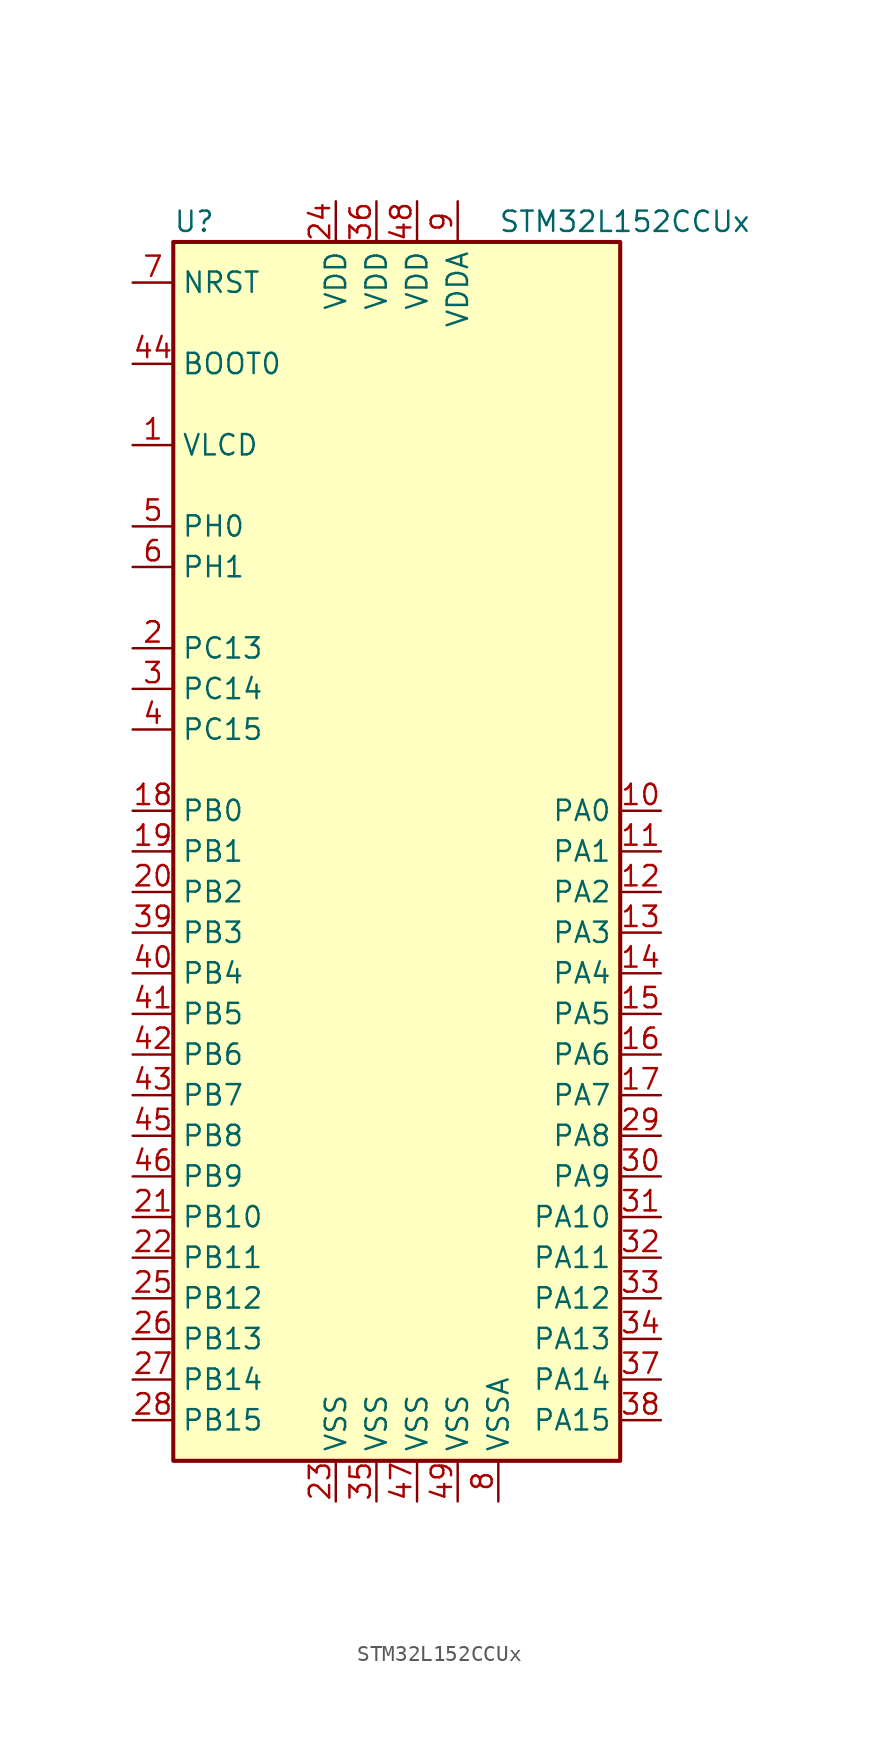
<source format=kicad_sym>
(kicad_symbol_lib
  (version 20201005)
  (generator kicad_symbol_editor)
  (symbol "MCU_ST_STM32L1:STM32L152CCUx"
    (property "Reference" "U"
      (at -15.24 39.37 0)
      (effects (font (size 1.27 1.27)) (justify left)))
    (property "Value" "STM32L152CCUx"
      (at 5.08 39.37 0)
      (effects (font (size 1.27 1.27)) (justify left)))
    (symbol "STM32L152CCUx_0_1"
      (rectangle (start -15.24 -38.1) (end 12.7 38.1) (stroke (width 0.254)) (fill (type background))))
    (symbol "STM32L152CCUx_1_1"
      (pin input line (at -17.78 30.48 0) (length 2.54) (name "BOOT0" (effects (font (size 1.27 1.27)))) (number "44" (effects (font (size 1.27 1.27)))))
      (pin input line (at -17.78 35.56 0) (length 2.54) (name "NRST" (effects (font (size 1.27 1.27)))) (number "7" (effects (font (size 1.27 1.27)))))
      (pin bidirectional line (at 15.24 2.54 180) (length 2.54) (name "PA0" (effects (font (size 1.27 1.27)))) (number "10" (effects (font (size 1.27 1.27)))))
      (pin bidirectional line (at 15.24 0 180) (length 2.54) (name "PA1" (effects (font (size 1.27 1.27)))) (number "11" (effects (font (size 1.27 1.27)))))
      (pin bidirectional line (at 15.24 -22.86 180) (length 2.54) (name "PA10" (effects (font (size 1.27 1.27)))) (number "31" (effects (font (size 1.27 1.27)))))
      (pin bidirectional line (at 15.24 -25.4 180) (length 2.54) (name "PA11" (effects (font (size 1.27 1.27)))) (number "32" (effects (font (size 1.27 1.27)))))
      (pin bidirectional line (at 15.24 -27.94 180) (length 2.54) (name "PA12" (effects (font (size 1.27 1.27)))) (number "33" (effects (font (size 1.27 1.27)))))
      (pin bidirectional line (at 15.24 -30.48 180) (length 2.54) (name "PA13" (effects (font (size 1.27 1.27)))) (number "34" (effects (font (size 1.27 1.27)))))
      (pin bidirectional line (at 15.24 -33.02 180) (length 2.54) (name "PA14" (effects (font (size 1.27 1.27)))) (number "37" (effects (font (size 1.27 1.27)))))
      (pin bidirectional line (at 15.24 -35.56 180) (length 2.54) (name "PA15" (effects (font (size 1.27 1.27)))) (number "38" (effects (font (size 1.27 1.27)))))
      (pin bidirectional line (at 15.24 -2.54 180) (length 2.54) (name "PA2" (effects (font (size 1.27 1.27)))) (number "12" (effects (font (size 1.27 1.27)))))
      (pin bidirectional line (at 15.24 -5.08 180) (length 2.54) (name "PA3" (effects (font (size 1.27 1.27)))) (number "13" (effects (font (size 1.27 1.27)))))
      (pin bidirectional line (at 15.24 -7.62 180) (length 2.54) (name "PA4" (effects (font (size 1.27 1.27)))) (number "14" (effects (font (size 1.27 1.27)))))
      (pin bidirectional line (at 15.24 -10.16 180) (length 2.54) (name "PA5" (effects (font (size 1.27 1.27)))) (number "15" (effects (font (size 1.27 1.27)))))
      (pin bidirectional line (at 15.24 -12.7 180) (length 2.54) (name "PA6" (effects (font (size 1.27 1.27)))) (number "16" (effects (font (size 1.27 1.27)))))
      (pin bidirectional line (at 15.24 -15.24 180) (length 2.54) (name "PA7" (effects (font (size 1.27 1.27)))) (number "17" (effects (font (size 1.27 1.27)))))
      (pin bidirectional line (at 15.24 -17.78 180) (length 2.54) (name "PA8" (effects (font (size 1.27 1.27)))) (number "29" (effects (font (size 1.27 1.27)))))
      (pin bidirectional line (at 15.24 -20.32 180) (length 2.54) (name "PA9" (effects (font (size 1.27 1.27)))) (number "30" (effects (font (size 1.27 1.27)))))
      (pin bidirectional line (at -17.78 2.54 0) (length 2.54) (name "PB0" (effects (font (size 1.27 1.27)))) (number "18" (effects (font (size 1.27 1.27)))))
      (pin bidirectional line (at -17.78 0 0) (length 2.54) (name "PB1" (effects (font (size 1.27 1.27)))) (number "19" (effects (font (size 1.27 1.27)))))
      (pin bidirectional line (at -17.78 -22.86 0) (length 2.54) (name "PB10" (effects (font (size 1.27 1.27)))) (number "21" (effects (font (size 1.27 1.27)))))
      (pin bidirectional line (at -17.78 -25.4 0) (length 2.54) (name "PB11" (effects (font (size 1.27 1.27)))) (number "22" (effects (font (size 1.27 1.27)))))
      (pin bidirectional line (at -17.78 -27.94 0) (length 2.54) (name "PB12" (effects (font (size 1.27 1.27)))) (number "25" (effects (font (size 1.27 1.27)))))
      (pin bidirectional line (at -17.78 -30.48 0) (length 2.54) (name "PB13" (effects (font (size 1.27 1.27)))) (number "26" (effects (font (size 1.27 1.27)))))
      (pin bidirectional line (at -17.78 -33.02 0) (length 2.54) (name "PB14" (effects (font (size 1.27 1.27)))) (number "27" (effects (font (size 1.27 1.27)))))
      (pin bidirectional line (at -17.78 -35.56 0) (length 2.54) (name "PB15" (effects (font (size 1.27 1.27)))) (number "28" (effects (font (size 1.27 1.27)))))
      (pin bidirectional line (at -17.78 -2.54 0) (length 2.54) (name "PB2" (effects (font (size 1.27 1.27)))) (number "20" (effects (font (size 1.27 1.27)))))
      (pin bidirectional line (at -17.78 -5.08 0) (length 2.54) (name "PB3" (effects (font (size 1.27 1.27)))) (number "39" (effects (font (size 1.27 1.27)))))
      (pin bidirectional line (at -17.78 -7.62 0) (length 2.54) (name "PB4" (effects (font (size 1.27 1.27)))) (number "40" (effects (font (size 1.27 1.27)))))
      (pin bidirectional line (at -17.78 -10.16 0) (length 2.54) (name "PB5" (effects (font (size 1.27 1.27)))) (number "41" (effects (font (size 1.27 1.27)))))
      (pin bidirectional line (at -17.78 -12.7 0) (length 2.54) (name "PB6" (effects (font (size 1.27 1.27)))) (number "42" (effects (font (size 1.27 1.27)))))
      (pin bidirectional line (at -17.78 -15.24 0) (length 2.54) (name "PB7" (effects (font (size 1.27 1.27)))) (number "43" (effects (font (size 1.27 1.27)))))
      (pin bidirectional line (at -17.78 -17.78 0) (length 2.54) (name "PB8" (effects (font (size 1.27 1.27)))) (number "45" (effects (font (size 1.27 1.27)))))
      (pin bidirectional line (at -17.78 -20.32 0) (length 2.54) (name "PB9" (effects (font (size 1.27 1.27)))) (number "46" (effects (font (size 1.27 1.27)))))
      (pin bidirectional line (at -17.78 12.7 0) (length 2.54) (name "PC13" (effects (font (size 1.27 1.27)))) (number "2" (effects (font (size 1.27 1.27)))))
      (pin bidirectional line (at -17.78 10.16 0) (length 2.54) (name "PC14" (effects (font (size 1.27 1.27)))) (number "3" (effects (font (size 1.27 1.27)))))
      (pin bidirectional line (at -17.78 7.62 0) (length 2.54) (name "PC15" (effects (font (size 1.27 1.27)))) (number "4" (effects (font (size 1.27 1.27)))))
      (pin input line (at -17.78 20.32 0) (length 2.54) (name "PH0" (effects (font (size 1.27 1.27)))) (number "5" (effects (font (size 1.27 1.27)))))
      (pin input line (at -17.78 17.78 0) (length 2.54) (name "PH1" (effects (font (size 1.27 1.27)))) (number "6" (effects (font (size 1.27 1.27)))))
      (pin power_in line (at -5.08 40.64 270) (length 2.54) (name "VDD" (effects (font (size 1.27 1.27)))) (number "24" (effects (font (size 1.27 1.27)))))
      (pin power_in line (at -2.54 40.64 270) (length 2.54) (name "VDD" (effects (font (size 1.27 1.27)))) (number "36" (effects (font (size 1.27 1.27)))))
      (pin power_in line (at 0 40.64 270) (length 2.54) (name "VDD" (effects (font (size 1.27 1.27)))) (number "48" (effects (font (size 1.27 1.27)))))
      (pin power_in line (at 2.54 40.64 270) (length 2.54) (name "VDDA" (effects (font (size 1.27 1.27)))) (number "9" (effects (font (size 1.27 1.27)))))
      (pin power_in line (at -17.78 25.4 0) (length 2.54) (name "VLCD" (effects (font (size 1.27 1.27)))) (number "1" (effects (font (size 1.27 1.27)))))
      (pin power_in line (at -5.08 -40.64 90) (length 2.54) (name "VSS" (effects (font (size 1.27 1.27)))) (number "23" (effects (font (size 1.27 1.27)))))
      (pin power_in line (at -2.54 -40.64 90) (length 2.54) (name "VSS" (effects (font (size 1.27 1.27)))) (number "35" (effects (font (size 1.27 1.27)))))
      (pin power_in line (at 0 -40.64 90) (length 2.54) (name "VSS" (effects (font (size 1.27 1.27)))) (number "47" (effects (font (size 1.27 1.27)))))
      (pin power_in line (at 2.54 -40.64 90) (length 2.54) (name "VSS" (effects (font (size 1.27 1.27)))) (number "49" (effects (font (size 1.27 1.27)))))
      (pin power_in line (at 5.08 -40.64 90) (length 2.54) (name "VSSA" (effects (font (size 1.27 1.27)))) (number "8" (effects (font (size 1.27 1.27))))))))
</source>
